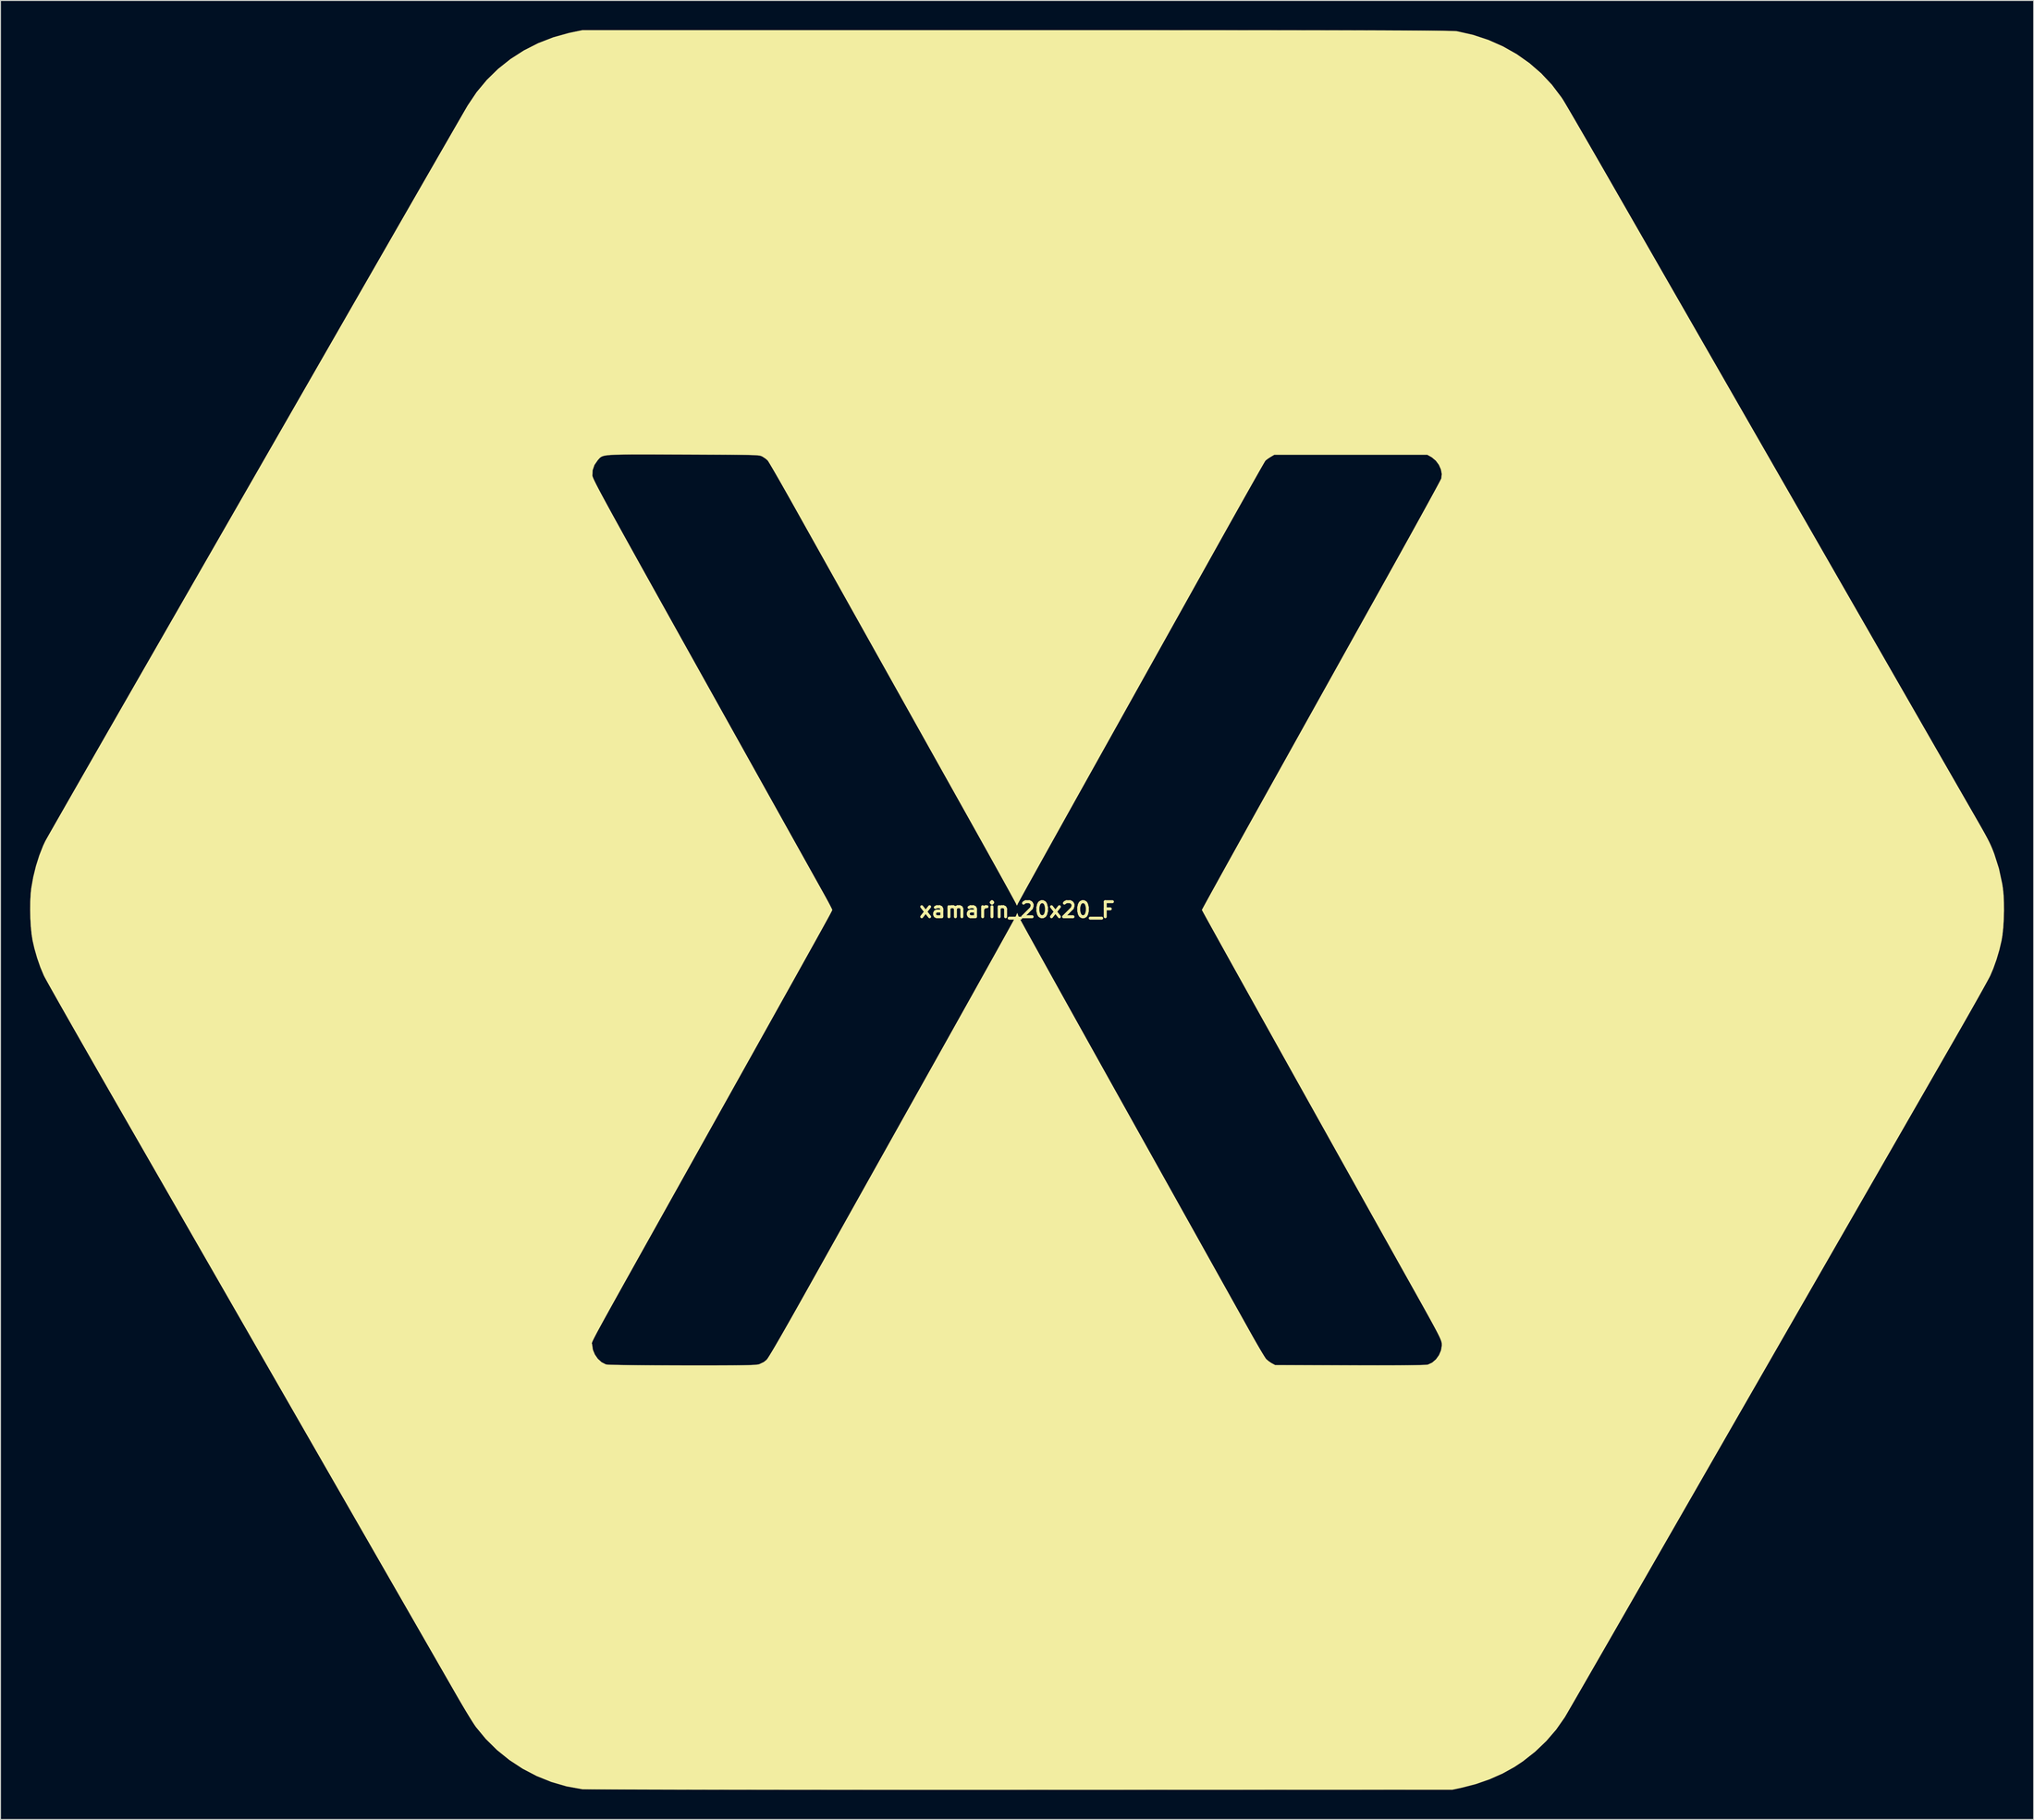
<source format=kicad_pcb>
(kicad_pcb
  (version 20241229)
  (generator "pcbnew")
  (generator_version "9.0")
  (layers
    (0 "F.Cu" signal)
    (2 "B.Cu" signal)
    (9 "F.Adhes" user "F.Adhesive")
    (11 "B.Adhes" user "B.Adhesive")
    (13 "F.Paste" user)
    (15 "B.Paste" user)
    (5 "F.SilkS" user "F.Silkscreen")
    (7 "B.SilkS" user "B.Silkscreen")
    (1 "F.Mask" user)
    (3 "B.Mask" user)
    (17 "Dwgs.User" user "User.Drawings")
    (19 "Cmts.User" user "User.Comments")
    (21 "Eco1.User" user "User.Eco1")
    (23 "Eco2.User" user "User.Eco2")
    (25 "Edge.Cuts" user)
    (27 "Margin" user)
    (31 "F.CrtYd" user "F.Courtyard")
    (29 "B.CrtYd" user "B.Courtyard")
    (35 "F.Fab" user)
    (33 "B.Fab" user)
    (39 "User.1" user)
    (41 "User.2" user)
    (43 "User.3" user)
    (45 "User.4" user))
  (footprint "xamarin_20x20_F"
    (layer "F.Cu")
    (at 99.904 89.117)
    (property "Reference" "xamarin_20x20_F" (at 0 0 0) (layer "F.SilkS") (effects (font (size 1.524 1.524) (thickness 0.3))))
    (attr through_hole)
    (fp_poly (pts (xy 3.304 -89.112) (xy 6.485 -89.111) (xy 9.504 -89.111) (xy 12.366 -89.111) (xy 15.074 -89.11) (xy 17.633 -89.109) (xy 20.046 -89.108) (xy 22.317 -89.107) (xy 24.451 -89.106) (xy 26.451 -89.104) (xy 28.32 -89.102) (xy 30.064 -89.1) (xy 31.686 -89.098) (xy 33.189 -89.095) (xy 34.579 -89.092) (xy 35.858 -89.089) (xy 37.031 -89.086) (xy 38.101 -89.082) (xy 39.074 -89.079) (xy 39.952 -89.074) (xy 40.739 -89.07) (xy 41.439 -89.065) (xy 42.058 -89.06) (xy 42.597 -89.054) (xy 43.062 -89.048) (xy 43.456 -89.042) (xy 43.783 -89.035) (xy 44.047 -89.028) (xy 44.252 -89.021) (xy 44.402 -89.013) (xy 44.501 -89.004) (xy 44.535 -89) (xy 46.153 -88.634) (xy 47.705 -88.121) (xy 49.181 -87.468) (xy 50.573 -86.682) (xy 51.869 -85.767) (xy 53.061 -84.731) (xy 54.138 -83.58) (xy 55.092 -82.32) (xy 55.248 -82.084) (xy 55.35 -81.918) (xy 55.531 -81.615) (xy 55.783 -81.187) (xy 56.1 -80.645) (xy 56.477 -79.998) (xy 56.906 -79.257) (xy 57.383 -78.435) (xy 57.9 -77.54) (xy 58.451 -76.584) (xy 59.03 -75.578) (xy 59.632 -74.532) (xy 60.132 -73.66) (xy 60.572 -72.893) (xy 61.091 -71.988) (xy 61.684 -70.956) (xy 62.344 -69.804) (xy 63.068 -68.544) (xy 63.848 -67.184) (xy 64.681 -65.733) (xy 65.559 -64.201) (xy 66.479 -62.598) (xy 67.435 -60.933) (xy 68.421 -59.215) (xy 69.431 -57.453) (xy 70.462 -55.658) (xy 71.506 -53.838) (xy 72.559 -52.003) (xy 73.615 -50.162) (xy 74.669 -48.325) (xy 75.716 -46.502) (xy 76.116 -45.805) (xy 77.153 -43.997) (xy 78.197 -42.178) (xy 79.243 -40.355) (xy 80.285 -38.539) (xy 81.319 -36.737) (xy 82.338 -34.96) (xy 83.339 -33.216) (xy 84.315 -31.515) (xy 85.262 -29.865) (xy 86.174 -28.277) (xy 87.045 -26.757) (xy 87.872 -25.317) (xy 88.647 -23.965) (xy 89.367 -22.71) (xy 90.026 -21.562) (xy 90.619 -20.529) (xy 91.141 -19.62) (xy 91.585 -18.845) (xy 91.759 -18.542) (xy 92.37 -17.478) (xy 92.976 -16.421) (xy 93.572 -15.384) (xy 94.148 -14.38) (xy 94.697 -13.424) (xy 95.21 -12.53) (xy 95.68 -11.712) (xy 96.098 -10.984) (xy 96.457 -10.359) (xy 96.749 -9.851) (xy 96.966 -9.475) (xy 96.985 -9.44) (xy 97.394 -8.728) (xy 97.729 -8.139) (xy 98 -7.652) (xy 98.219 -7.245) (xy 98.398 -6.895) (xy 98.547 -6.58) (xy 98.679 -6.278) (xy 98.804 -5.966) (xy 98.921 -5.658) (xy 99.385 -4.199) (xy 99.717 -2.663) (xy 99.788 -2.201) (xy 99.856 -1.531) (xy 99.892 -0.75) (xy 99.898 0.095) (xy 99.875 0.955) (xy 99.824 1.784) (xy 99.746 2.534) (xy 99.656 3.09) (xy 99.433 4.042) (xy 99.145 5.016) (xy 98.814 5.944) (xy 98.515 6.646) (xy 98.416 6.841) (xy 98.24 7.169) (xy 97.994 7.618) (xy 97.685 8.174) (xy 97.321 8.825) (xy 96.909 9.557) (xy 96.457 10.357) (xy 95.97 11.213) (xy 95.458 12.111) (xy 94.928 13.038) (xy 94.83 13.208) (xy 94.011 14.634) (xy 93.117 16.192) (xy 92.155 17.867) (xy 91.134 19.645) (xy 90.063 21.51) (xy 88.95 23.449) (xy 87.803 25.445) (xy 86.632 27.486) (xy 85.444 29.554) (xy 84.248 31.637) (xy 83.052 33.719) (xy 81.866 35.785) (xy 80.697 37.821) (xy 79.554 39.812) (xy 78.445 41.743) (xy 77.379 43.599) (xy 76.365 45.365) (xy 75.41 47.028) (xy 74.524 48.571) (xy 74.338 48.895) (xy 73.73 49.953) (xy 73.047 51.142) (xy 72.299 52.445) (xy 71.496 53.845) (xy 70.645 55.326) (xy 69.758 56.871) (xy 68.844 58.465) (xy 67.911 60.089) (xy 66.97 61.729) (xy 66.029 63.367) (xy 65.099 64.988) (xy 64.189 66.574) (xy 63.309 68.108) (xy 62.698 69.173) (xy 61.935 70.502) (xy 61.191 71.797) (xy 60.472 73.049) (xy 59.782 74.251) (xy 59.124 75.394) (xy 58.505 76.47) (xy 57.929 77.47) (xy 57.401 78.388) (xy 56.925 79.214) (xy 56.505 79.941) (xy 56.148 80.56) (xy 55.856 81.063) (xy 55.636 81.443) (xy 55.491 81.69) (xy 55.433 81.788) (xy 54.572 83.02) (xy 53.569 84.184) (xy 52.441 85.262) (xy 51.209 86.233) (xy 50.353 86.804) (xy 49.147 87.473) (xy 47.828 88.058) (xy 46.438 88.542) (xy 45.019 88.91) (xy 44.996 88.915) (xy 44.069 89.112) (xy 0.296 89.122) (xy -2.423 89.123) (xy -5.101 89.123) (xy -7.734 89.123) (xy -10.316 89.123) (xy -12.841 89.122) (xy -15.306 89.122) (xy -17.705 89.121) (xy -20.033 89.119) (xy -22.285 89.118) (xy -24.456 89.116) (xy -26.54 89.114) (xy -28.533 89.112) (xy -30.429 89.11) (xy -32.224 89.107) (xy -33.912 89.104) (xy -35.489 89.101) (xy -36.949 89.098) (xy -38.287 89.095) (xy -39.499 89.092) (xy -40.578 89.088) (xy -41.521 89.084) (xy -42.321 89.08) (xy -42.975 89.076) (xy -43.476 89.072) (xy -43.82 89.068) (xy -44.001 89.064) (xy -44.027 89.062) (xy -45.606 88.774) (xy -47.146 88.326) (xy -48.632 87.726) (xy -50.053 86.983) (xy -51.393 86.103) (xy -52.641 85.095) (xy -53.782 83.967) (xy -54.777 82.762) (xy -54.943 82.521) (xy -55.177 82.157) (xy -55.466 81.693) (xy -55.795 81.152) (xy -56.148 80.558) (xy -56.513 79.935) (xy -56.714 79.587) (xy -56.92 79.227) (xy -57.205 78.73) (xy -57.563 78.107) (xy -57.987 77.368) (xy -58.473 76.523) (xy -59.013 75.581) (xy -59.603 74.554) (xy -60.236 73.451) (xy -60.907 72.283) (xy -61.61 71.059) (xy -62.338 69.791) (xy -63.087 68.487) (xy -63.85 67.159) (xy -64.621 65.816) (xy -64.857 65.405) (xy -65.739 63.868) (xy -66.684 62.223) (xy -67.679 60.49) (xy -68.712 58.692) (xy -69.771 56.848) (xy -70.843 54.98) (xy -71.917 53.11) (xy -72.981 51.258) (xy -74.021 49.446) (xy -75.027 47.695) (xy -75.986 46.025) (xy -76.885 44.459) (xy -77.191 43.926) (xy -43.043 43.926) (xy -43.037 43.952) (xy -43.028 43.975) (xy -43.019 44.001) (xy -43.012 44.035) (xy -43.01 44.066) (xy -42.937 44.559) (xy -42.737 45.039) (xy -42.438 45.468) (xy -42.066 45.809) (xy -41.65 46.024) (xy -41.585 46.043) (xy -41.445 46.058) (xy -41.144 46.072) (xy -40.689 46.084) (xy -40.089 46.096) (xy -39.351 46.106) (xy -38.484 46.115) (xy -37.496 46.122) (xy -36.394 46.128) (xy -35.187 46.132) (xy -33.903 46.135) (xy -32.591 46.136) (xy -31.437 46.136) (xy -30.432 46.135) (xy -29.563 46.133) (xy -28.821 46.13) (xy -28.195 46.125) (xy -27.674 46.118) (xy -27.248 46.109) (xy -26.905 46.098) (xy -26.635 46.085) (xy -26.428 46.069) (xy -26.272 46.051) (xy -26.158 46.03) (xy -26.103 46.016) (xy -25.643 45.801) (xy -25.357 45.571) (xy -25.253 45.434) (xy -25.071 45.151) (xy -24.81 44.722) (xy -24.47 44.147) (xy -24.051 43.424) (xy -23.552 42.554) (xy -22.974 41.537) (xy -22.316 40.372) (xy -21.578 39.058) (xy -20.852 37.761) (xy -20.362 36.886) (xy -19.797 35.875) (xy -19.164 34.742) (xy -18.469 33.499) (xy -17.72 32.16) (xy -16.924 30.737) (xy -16.088 29.243) (xy -15.219 27.69) (xy -14.325 26.092) (xy -13.412 24.461) (xy -12.488 22.81) (xy -11.56 21.151) (xy -10.634 19.498) (xy -9.719 17.862) (xy -8.821 16.258) (xy -8.488 15.663) (xy -7.669 14.2) (xy -6.871 12.773) (xy -6.098 11.39) (xy -5.354 10.058) (xy -4.642 8.784) (xy -3.968 7.576) (xy -3.335 6.441) (xy -2.747 5.386) (xy -2.208 4.418) (xy -1.723 3.545) (xy -1.294 2.774) (xy -0.928 2.112) (xy -0.626 1.566) (xy -0.394 1.145) (xy -0.235 0.854) (xy -0.154 0.702) (xy -0.146 0.684) (xy 0.021 0.31) (xy 0.123 0.6) (xy 0.173 0.698) (xy 0.302 0.937) (xy 0.506 1.313) (xy 0.783 1.817) (xy 1.129 2.445) (xy 1.541 3.189) (xy 2.014 4.044) (xy 2.546 5.004) (xy 3.133 6.062) (xy 3.771 7.212) (xy 4.458 8.448) (xy 5.19 9.764) (xy 5.964 11.154) (xy 6.775 12.611) (xy 7.621 14.129) (xy 8.498 15.703) (xy 9.402 17.325) (xy 10.331 18.99) (xy 11.215 20.574) (xy 12.18 22.303) (xy 13.134 24.011) (xy 14.071 25.69) (xy 14.988 27.333) (xy 15.881 28.933) (xy 16.746 30.483) (xy 17.58 31.975) (xy 18.377 33.403) (xy 19.134 34.76) (xy 19.847 36.038) (xy 20.512 37.229) (xy 21.126 38.328) (xy 21.683 39.327) (xy 22.181 40.219) (xy 22.615 40.996) (xy 22.981 41.651) (xy 23.275 42.178) (xy 23.493 42.57) (xy 23.598 42.757) (xy 23.938 43.362) (xy 24.262 43.929) (xy 24.557 44.437) (xy 24.814 44.869) (xy 25.019 45.204) (xy 25.162 45.423) (xy 25.217 45.495) (xy 25.442 45.693) (xy 25.718 45.882) (xy 25.781 45.918) (xy 26.12 46.101) (xy 33.682 46.124) (xy 35.174 46.128) (xy 36.5 46.129) (xy 37.664 46.128) (xy 38.67 46.125) (xy 39.522 46.119) (xy 40.222 46.111) (xy 40.775 46.101) (xy 41.185 46.088) (xy 41.454 46.072) (xy 41.585 46.055) (xy 42.018 45.856) (xy 42.4 45.527) (xy 42.706 45.103) (xy 42.913 44.621) (xy 42.996 44.117) (xy 42.991 43.948) (xy 42.979 43.849) (xy 42.954 43.738) (xy 42.912 43.605) (xy 42.845 43.438) (xy 42.749 43.226) (xy 42.618 42.959) (xy 42.446 42.626) (xy 42.228 42.216) (xy 41.957 41.718) (xy 41.629 41.121) (xy 41.238 40.415) (xy 40.777 39.588) (xy 40.242 38.63) (xy 39.945 38.1) (xy 38.859 36.159) (xy 37.77 34.211) (xy 36.682 32.264) (xy 35.596 30.322) (xy 34.518 28.392) (xy 33.448 26.478) (xy 32.392 24.587) (xy 31.352 22.723) (xy 30.33 20.893) (xy 29.331 19.103) (xy 28.357 17.358) (xy 27.412 15.663) (xy 26.498 14.024) (xy 25.619 12.447) (xy 24.777 10.937) (xy 23.977 9.501) (xy 23.221 8.143) (xy 22.512 6.869) (xy 21.854 5.686) (xy 21.249 4.598) (xy 20.701 3.611) (xy 20.213 2.731) (xy 19.787 1.963) (xy 19.428 1.314) (xy 19.138 0.788) (xy 18.92 0.392) (xy 18.778 0.13) (xy 18.715 0.009) (xy 18.711 0.001) (xy 18.752 -0.081) (xy 18.87 -0.303) (xy 19.063 -0.656) (xy 19.324 -1.133) (xy 19.65 -1.727) (xy 20.037 -2.427) (xy 20.479 -3.228) (xy 20.973 -4.12) (xy 21.514 -5.096) (xy 22.098 -6.147) (xy 22.719 -7.266) (xy 23.374 -8.445) (xy 24.059 -9.675) (xy 24.768 -10.948) (xy 25.094 -11.534) (xy 25.94 -13.051) (xy 26.843 -14.671) (xy 27.791 -16.372) (xy 28.772 -18.134) (xy 29.776 -19.935) (xy 30.79 -21.754) (xy 31.803 -23.571) (xy 32.802 -25.365) (xy 33.778 -27.115) (xy 34.716 -28.799) (xy 35.607 -30.397) (xy 36.438 -31.888) (xy 37.161 -33.186) (xy 37.841 -34.408) (xy 38.5 -35.592) (xy 39.131 -36.731) (xy 39.732 -37.814) (xy 40.295 -38.834) (xy 40.818 -39.782) (xy 41.295 -40.649) (xy 41.721 -41.426) (xy 42.091 -42.105) (xy 42.401 -42.676) (xy 42.646 -43.13) (xy 42.82 -43.46) (xy 42.92 -43.656) (xy 42.941 -43.706) (xy 42.991 -44.15) (xy 42.904 -44.622) (xy 42.698 -45.086) (xy 42.391 -45.502) (xy 42.001 -45.832) (xy 41.906 -45.889) (xy 41.529 -46.101) (xy 26.035 -46.101) (xy 25.654 -45.877) (xy 25.404 -45.716) (xy 25.199 -45.559) (xy 25.133 -45.496) (xy 25.075 -45.404) (xy 24.94 -45.172) (xy 24.732 -44.811) (xy 24.457 -44.329) (xy 24.121 -43.735) (xy 23.727 -43.037) (xy 23.281 -42.246) (xy 22.788 -41.37) (xy 22.253 -40.417) (xy 21.681 -39.398) (xy 21.078 -38.32) (xy 20.448 -37.193) (xy 19.796 -36.026) (xy 19.749 -35.941) (xy 19.092 -34.763) (xy 18.361 -33.455) (xy 17.568 -32.032) (xy 16.72 -30.513) (xy 15.827 -28.914) (xy 14.899 -27.251) (xy 13.946 -25.543) (xy 12.976 -23.805) (xy 12 -22.056) (xy 11.026 -20.311) (xy 10.065 -18.588) (xy 9.125 -16.904) (xy 8.216 -15.276) (xy 7.348 -13.72) (xy 7.337 -13.7) (xy 6.572 -12.33) (xy 5.829 -10.998) (xy 5.112 -9.711) (xy 4.425 -8.478) (xy 3.773 -7.306) (xy 3.159 -6.203) (xy 2.588 -5.175) (xy 2.064 -4.232) (xy 1.592 -3.381) (xy 1.175 -2.63) (xy 0.818 -1.985) (xy 0.526 -1.455) (xy 0.302 -1.048) (xy 0.151 -0.771) (xy 0.078 -0.632) (xy 0.071 -0.619) (xy 0.001 -0.468) (xy -0.04 -0.465) (xy -0.066 -0.548) (xy -0.111 -0.641) (xy -0.234 -0.874) (xy -0.431 -1.235) (xy -0.695 -1.719) (xy -1.023 -2.314) (xy -1.408 -3.012) (xy -1.847 -3.805) (xy -2.335 -4.683) (xy -2.865 -5.638) (xy -3.435 -6.661) (xy -4.037 -7.742) (xy -4.669 -8.873) (xy -5.324 -10.045) (xy -5.458 -10.285) (xy -6.233 -11.669) (xy -7.061 -13.149) (xy -7.93 -14.702) (xy -8.827 -16.306) (xy -9.74 -17.939) (xy -10.657 -19.578) (xy -11.565 -21.201) (xy -12.451 -22.785) (xy -13.303 -24.308) (xy -14.109 -25.748) (xy -14.855 -27.082) (xy -15.454 -28.152) (xy -16.129 -29.36) (xy -16.825 -30.603) (xy -17.53 -31.864) (xy -18.236 -33.125) (xy -18.932 -34.37) (xy -19.61 -35.581) (xy -20.258 -36.74) (xy -20.868 -37.83) (xy -21.43 -38.834) (xy -21.934 -39.735) (xy -22.37 -40.515) (xy -22.58 -40.89) (xy -23.03 -41.693) (xy -23.461 -42.456) (xy -23.863 -43.165) (xy -24.23 -43.808) (xy -24.553 -44.369) (xy -24.825 -44.836) (xy -25.038 -45.195) (xy -25.184 -45.433) (xy -25.254 -45.534) (xy -25.451 -45.705) (xy -25.71 -45.878) (xy -25.781 -45.919) (xy -25.841 -45.95) (xy -25.904 -45.977) (xy -25.981 -46.001) (xy -26.083 -46.022) (xy -26.22 -46.04) (xy -26.404 -46.055) (xy -26.644 -46.068) (xy -26.952 -46.079) (xy -27.339 -46.088) (xy -27.815 -46.095) (xy -28.39 -46.101) (xy -29.076 -46.107) (xy -29.884 -46.111) (xy -30.824 -46.115) (xy -31.906 -46.119) (xy -33.142 -46.123) (xy -33.782 -46.125) (xy -35.135 -46.129) (xy -36.33 -46.133) (xy -37.376 -46.136) (xy -38.285 -46.136) (xy -39.066 -46.134) (xy -39.731 -46.128) (xy -40.29 -46.118) (xy -40.754 -46.104) (xy -41.132 -46.084) (xy -41.436 -46.058) (xy -41.676 -46.025) (xy -41.863 -45.985) (xy -42.007 -45.936) (xy -42.119 -45.878) (xy -42.209 -45.811) (xy -42.288 -45.734) (xy -42.367 -45.645) (xy -42.443 -45.559) (xy -42.781 -45.071) (xy -42.966 -44.535) (xy -42.992 -44.008) (xy -42.983 -43.953) (xy -42.961 -43.879) (xy -42.925 -43.781) (xy -42.871 -43.653) (xy -42.796 -43.491) (xy -42.697 -43.288) (xy -42.573 -43.041) (xy -42.419 -42.744) (xy -42.233 -42.391) (xy -42.012 -41.977) (xy -41.753 -41.498) (xy -41.454 -40.947) (xy -41.112 -40.32) (xy -40.723 -39.612) (xy -40.284 -38.817) (xy -39.794 -37.93) (xy -39.249 -36.946) (xy -38.647 -35.86) (xy -37.984 -34.666) (xy -37.257 -33.36) (xy -36.464 -31.935) (xy -35.602 -30.388) (xy -34.668 -28.712) (xy -33.66 -26.903) (xy -32.573 -24.955) (xy -31.712 -23.41) (xy -30.743 -21.674) (xy -29.79 -19.965) (xy -28.857 -18.292) (xy -27.946 -16.66) (xy -27.063 -15.076) (xy -26.21 -13.547) (xy -25.392 -12.08) (xy -24.611 -10.681) (xy -23.872 -9.357) (xy -23.179 -8.114) (xy -22.535 -6.959) (xy -21.943 -5.899) (xy -21.408 -4.94) (xy -20.933 -4.089) (xy -20.523 -3.353) (xy -20.179 -2.738) (xy -19.908 -2.251) (xy -19.711 -1.898) (xy -19.593 -1.686) (xy -19.592 -1.685) (xy -19.331 -1.213) (xy -19.1 -0.787) (xy -18.913 -0.431) (xy -18.781 -0.169) (xy -18.716 -0.022) (xy -18.711 -0.003) (xy -18.714 0.012) (xy -18.724 0.039) (xy -18.743 0.083) (xy -18.775 0.148) (xy -18.821 0.238) (xy -18.884 0.359) (xy -18.967 0.515) (xy -19.073 0.71) (xy -19.203 0.949) (xy -19.361 1.236) (xy -19.548 1.577) (xy -19.768 1.975) (xy -20.023 2.435) (xy -20.315 2.963) (xy -20.648 3.561) (xy -21.023 4.235) (xy -21.443 4.99) (xy -21.911 5.829) (xy -22.428 6.759) (xy -22.999 7.782) (xy -23.625 8.904) (xy -24.309 10.129) (xy -25.052 11.462) (xy -25.859 12.907) (xy -26.731 14.469) (xy -27.672 16.152) (xy -28.682 17.962) (xy -29.766 19.902) (xy -30.925 21.977) (xy -32.162 24.192) (xy -33.191 26.035) (xy -34.258 27.945) (xy -35.246 29.713) (xy -36.157 31.345) (xy -36.995 32.845) (xy -37.763 34.219) (xy -38.464 35.474) (xy -39.1 36.614) (xy -39.676 37.645) (xy -40.193 38.573) (xy -40.655 39.403) (xy -41.065 40.141) (xy -41.426 40.793) (xy -41.741 41.363) (xy -42.013 41.859) (xy -42.245 42.284) (xy -42.441 42.645) (xy -42.603 42.948) (xy -42.733 43.197) (xy -42.837 43.399) (xy -42.915 43.559) (xy -42.972 43.683) (xy -43.01 43.776) (xy -43.033 43.844) (xy -43.043 43.892) (xy -43.043 43.926) (xy -77.191 43.926) (xy -77.713 43.017) (xy -77.765 42.926) (xy -78.561 41.54) (xy -79.43 40.026) (xy -80.361 38.405) (xy -81.342 36.696) (xy -82.363 34.919) (xy -83.412 33.093) (xy -84.477 31.237) (xy -85.548 29.372) (xy -86.613 27.517) (xy -87.661 25.692) (xy -88.681 23.916) (xy -89.661 22.21) (xy -90.59 20.591) (xy -91.062 19.77) (xy -91.835 18.421) (xy -92.59 17.105) (xy -93.32 15.829) (xy -94.022 14.601) (xy -94.691 13.43) (xy -95.321 12.324) (xy -95.909 11.291) (xy -96.449 10.34) (xy -96.938 9.478) (xy -97.369 8.713) (xy -97.74 8.055) (xy -98.044 7.511) (xy -98.278 7.089) (xy -98.437 6.797) (xy -98.515 6.646) (xy -98.866 5.809) (xy -99.192 4.869) (xy -99.471 3.895) (xy -99.656 3.09) (xy -99.757 2.448) (xy -99.832 1.686) (xy -99.88 0.851) (xy -99.899 -0.009) (xy -99.89 -0.849) (xy -99.849 -1.619) (xy -99.788 -2.201) (xy -99.59 -3.319) (xy -99.314 -4.44) (xy -98.975 -5.518) (xy -98.588 -6.503) (xy -98.371 -6.963) (xy -98.308 -7.078) (xy -98.165 -7.333) (xy -97.944 -7.723) (xy -97.649 -8.241) (xy -97.285 -8.881) (xy -96.853 -9.636) (xy -96.359 -10.502) (xy -95.805 -11.471) (xy -95.195 -12.537) (xy -94.533 -13.694) (xy -93.821 -14.936) (xy -93.065 -16.257) (xy -92.267 -17.65) (xy -91.43 -19.109) (xy -90.559 -20.629) (xy -89.656 -22.202) (xy -88.726 -23.823) (xy -87.772 -25.486) (xy -86.813 -27.156) (xy -85.692 -29.11) (xy -84.513 -31.163) (xy -83.286 -33.301) (xy -82.018 -35.509) (xy -80.72 -37.77) (xy -79.4 -40.07) (xy -78.067 -42.393) (xy -76.728 -44.725) (xy -75.394 -47.049) (xy -74.073 -49.351) (xy -72.774 -51.615) (xy -71.505 -53.825) (xy -70.275 -55.968) (xy -69.093 -58.026) (xy -67.969 -59.986) (xy -66.91 -61.831) (xy -65.925 -63.547) (xy -65.806 -63.754) (xy -64.901 -65.33) (xy -64.015 -66.874) (xy -63.151 -68.379) (xy -62.314 -69.837) (xy -61.507 -71.241) (xy -60.735 -72.586) (xy -60.001 -73.863) (xy -59.309 -75.066) (xy -58.664 -76.188) (xy -58.069 -77.222) (xy -57.528 -78.161) (xy -57.046 -78.999) (xy -56.626 -79.728) (xy -56.272 -80.341) (xy -55.989 -80.832) (xy -55.779 -81.193) (xy -55.648 -81.418) (xy -55.612 -81.48) (xy -54.706 -82.83) (xy -53.675 -84.068) (xy -52.53 -85.189) (xy -51.276 -86.186) (xy -49.924 -87.055) (xy -48.481 -87.789) (xy -46.955 -88.382) (xy -45.355 -88.829) (xy -44.95 -88.916) (xy -43.984 -89.112) (xy -0.042 -89.112) (xy 3.304 -89.112)) (stroke (width 0.01) (type solid)) (fill yes) (layer "F.SilkS")))
  (gr_rect
    (start -3 -3)
    (end 202.808 181.245)
    (stroke (width 0.1) (type default))
    (fill no)
    (layer "Edge.Cuts")))
</source>
